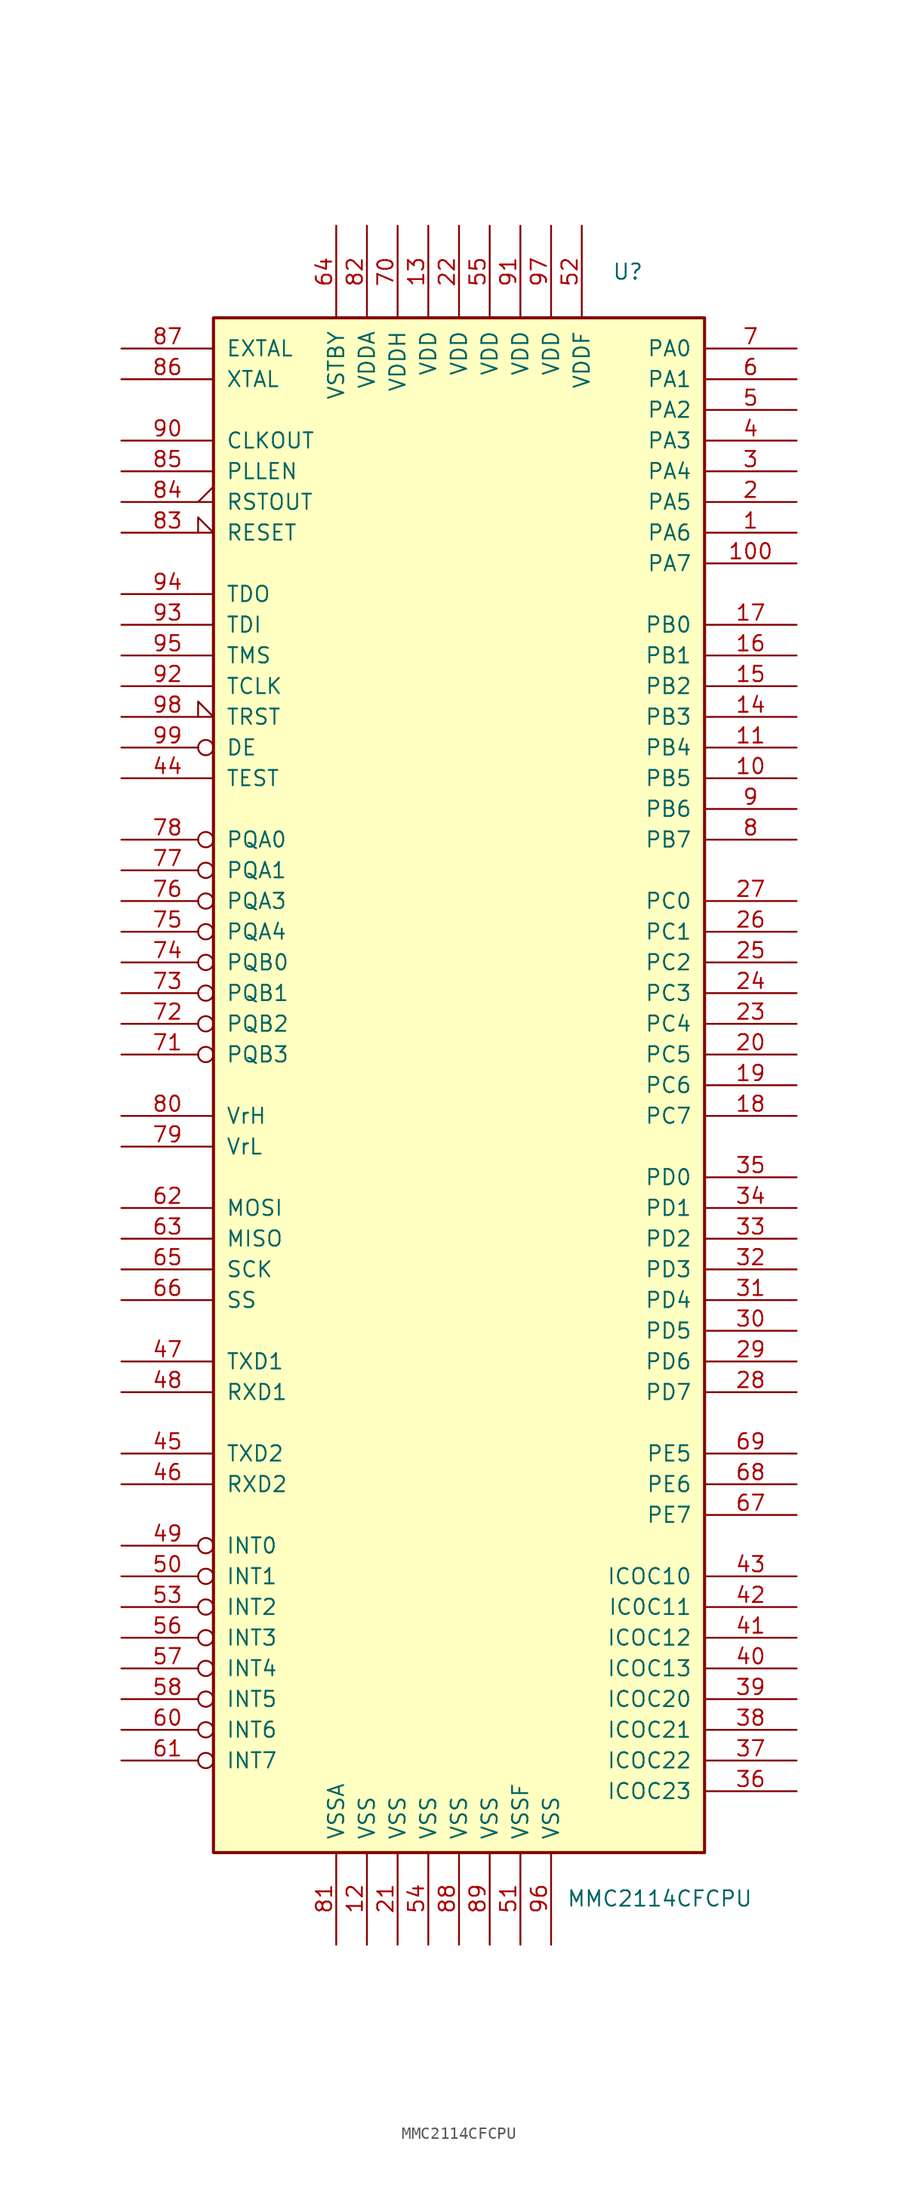
<source format=kicad_sym>
(kicad_symbol_lib
  (version 20241209)
  (generator "kicad_symbol_editor")
  (generator_version "9.0")
  (symbol "MMC2114CFCPU"
    (pin_names
      (offset 1.016))
    (property "Reference" "U"
      (at 13.97 67.31 0)
      (effects (font (size 1.27 1.27))))
    (property "Value" "MMC2114CFCPU"
      (at 8.89 -67.31 0)
      (effects (font (size 1.27 1.27)) (justify left)))
    (symbol "MMC2114CFCPU_0_1"
      (rectangle (start -20.32 63.5) (end 20.32 -63.5) (stroke (width 0.254) (type default)) (fill (type background))))
    (symbol "MMC2114CFCPU_1_1"
      (pin input line (at -27.94 60.96 0) (length 7.62) (name "EXTAL" (effects (font (size 1.27 1.27)))) (number "87" (effects (font (size 1.27 1.27)))))
      (pin output line (at -27.94 58.42 0) (length 7.62) (name "XTAL" (effects (font (size 1.27 1.27)))) (number "86" (effects (font (size 1.27 1.27)))))
      (pin output line (at -27.94 53.34 0) (length 7.62) (name "CLKOUT" (effects (font (size 1.27 1.27)))) (number "90" (effects (font (size 1.27 1.27)))))
      (pin input line (at -27.94 50.8 0) (length 7.62) (name "PLLEN" (effects (font (size 1.27 1.27)))) (number "85" (effects (font (size 1.27 1.27)))))
      (pin output output_low (at -27.94 48.26 0) (length 7.62) (name "RSTOUT" (effects (font (size 1.27 1.27)))) (number "84" (effects (font (size 1.27 1.27)))))
      (pin input input_low (at -27.94 45.72 0) (length 7.62) (name "RESET" (effects (font (size 1.27 1.27)))) (number "83" (effects (font (size 1.27 1.27)))))
      (pin output line (at -27.94 40.64 0) (length 7.62) (name "TDO" (effects (font (size 1.27 1.27)))) (number "94" (effects (font (size 1.27 1.27)))))
      (pin input line (at -27.94 38.1 0) (length 7.62) (name "TDI" (effects (font (size 1.27 1.27)))) (number "93" (effects (font (size 1.27 1.27)))))
      (pin input line (at -27.94 35.56 0) (length 7.62) (name "TMS" (effects (font (size 1.27 1.27)))) (number "95" (effects (font (size 1.27 1.27)))))
      (pin input line (at -27.94 33.02 0) (length 7.62) (name "TCLK" (effects (font (size 1.27 1.27)))) (number "92" (effects (font (size 1.27 1.27)))))
      (pin input input_low (at -27.94 30.48 0) (length 7.62) (name "TRST" (effects (font (size 1.27 1.27)))) (number "98" (effects (font (size 1.27 1.27)))))
      (pin output inverted (at -27.94 27.94 0) (length 7.62) (name "DE" (effects (font (size 1.27 1.27)))) (number "99" (effects (font (size 1.27 1.27)))))
      (pin bidirectional line (at -27.94 25.4 0) (length 7.62) (name "TEST" (effects (font (size 1.27 1.27)))) (number "44" (effects (font (size 1.27 1.27)))))
      (pin bidirectional inverted (at -27.94 20.32 0) (length 7.62) (name "PQA0" (effects (font (size 1.27 1.27)))) (number "78" (effects (font (size 1.27 1.27)))))
      (pin bidirectional inverted (at -27.94 17.78 0) (length 7.62) (name "PQA1" (effects (font (size 1.27 1.27)))) (number "77" (effects (font (size 1.27 1.27)))))
      (pin bidirectional inverted (at -27.94 15.24 0) (length 7.62) (name "PQA3" (effects (font (size 1.27 1.27)))) (number "76" (effects (font (size 1.27 1.27)))))
      (pin bidirectional inverted (at -27.94 12.7 0) (length 7.62) (name "PQA4" (effects (font (size 1.27 1.27)))) (number "75" (effects (font (size 1.27 1.27)))))
      (pin bidirectional inverted (at -27.94 10.16 0) (length 7.62) (name "PQB0" (effects (font (size 1.27 1.27)))) (number "74" (effects (font (size 1.27 1.27)))))
      (pin bidirectional inverted (at -27.94 7.62 0) (length 7.62) (name "PQB1" (effects (font (size 1.27 1.27)))) (number "73" (effects (font (size 1.27 1.27)))))
      (pin bidirectional inverted (at -27.94 5.08 0) (length 7.62) (name "PQB2" (effects (font (size 1.27 1.27)))) (number "72" (effects (font (size 1.27 1.27)))))
      (pin bidirectional inverted (at -27.94 2.54 0) (length 7.62) (name "PQB3" (effects (font (size 1.27 1.27)))) (number "71" (effects (font (size 1.27 1.27)))))
      (pin input line (at -27.94 -2.54 0) (length 7.62) (name "VrH" (effects (font (size 1.27 1.27)))) (number "80" (effects (font (size 1.27 1.27)))))
      (pin input line (at -27.94 -5.08 0) (length 7.62) (name "VrL" (effects (font (size 1.27 1.27)))) (number "79" (effects (font (size 1.27 1.27)))))
      (pin bidirectional line (at -27.94 -10.16 0) (length 7.62) (name "MOSI" (effects (font (size 1.27 1.27)))) (number "62" (effects (font (size 1.27 1.27)))))
      (pin bidirectional line (at -27.94 -12.7 0) (length 7.62) (name "MISO" (effects (font (size 1.27 1.27)))) (number "63" (effects (font (size 1.27 1.27)))))
      (pin bidirectional line (at -27.94 -15.24 0) (length 7.62) (name "SCK" (effects (font (size 1.27 1.27)))) (number "65" (effects (font (size 1.27 1.27)))))
      (pin bidirectional line (at -27.94 -17.78 0) (length 7.62) (name "SS" (effects (font (size 1.27 1.27)))) (number "66" (effects (font (size 1.27 1.27)))))
      (pin bidirectional line (at -27.94 -22.86 0) (length 7.62) (name "TXD1" (effects (font (size 1.27 1.27)))) (number "47" (effects (font (size 1.27 1.27)))))
      (pin bidirectional line (at -27.94 -25.4 0) (length 7.62) (name "RXD1" (effects (font (size 1.27 1.27)))) (number "48" (effects (font (size 1.27 1.27)))))
      (pin bidirectional line (at -27.94 -30.48 0) (length 7.62) (name "TXD2" (effects (font (size 1.27 1.27)))) (number "45" (effects (font (size 1.27 1.27)))))
      (pin bidirectional line (at -27.94 -33.02 0) (length 7.62) (name "RXD2" (effects (font (size 1.27 1.27)))) (number "46" (effects (font (size 1.27 1.27)))))
      (pin bidirectional inverted (at -27.94 -38.1 0) (length 7.62) (name "INT0" (effects (font (size 1.27 1.27)))) (number "49" (effects (font (size 1.27 1.27)))))
      (pin bidirectional inverted (at -27.94 -40.64 0) (length 7.62) (name "INT1" (effects (font (size 1.27 1.27)))) (number "50" (effects (font (size 1.27 1.27)))))
      (pin bidirectional inverted (at -27.94 -43.18 0) (length 7.62) (name "INT2" (effects (font (size 1.27 1.27)))) (number "53" (effects (font (size 1.27 1.27)))))
      (pin bidirectional inverted (at -27.94 -45.72 0) (length 7.62) (name "INT3" (effects (font (size 1.27 1.27)))) (number "56" (effects (font (size 1.27 1.27)))))
      (pin bidirectional inverted (at -27.94 -48.26 0) (length 7.62) (name "INT4" (effects (font (size 1.27 1.27)))) (number "57" (effects (font (size 1.27 1.27)))))
      (pin bidirectional inverted (at -27.94 -50.8 0) (length 7.62) (name "INT5" (effects (font (size 1.27 1.27)))) (number "58" (effects (font (size 1.27 1.27)))))
      (pin bidirectional inverted (at -27.94 -53.34 0) (length 7.62) (name "INT6" (effects (font (size 1.27 1.27)))) (number "60" (effects (font (size 1.27 1.27)))))
      (pin bidirectional inverted (at -27.94 -55.88 0) (length 7.62) (name "INT7" (effects (font (size 1.27 1.27)))) (number "61" (effects (font (size 1.27 1.27)))))
      (pin power_in line (at -10.16 71.12 270) (length 7.62) (name "VSTBY" (effects (font (size 1.27 1.27)))) (number "64" (effects (font (size 1.27 1.27)))))
      (pin power_in line (at -10.16 -71.12 90) (length 7.62) (name "VSSA" (effects (font (size 1.27 1.27)))) (number "81" (effects (font (size 1.27 1.27)))))
      (pin power_in line (at -7.62 71.12 270) (length 7.62) (name "VDDA" (effects (font (size 1.27 1.27)))) (number "82" (effects (font (size 1.27 1.27)))))
      (pin power_in line (at -7.62 -71.12 90) (length 7.62) (name "VSS" (effects (font (size 1.27 1.27)))) (number "12" (effects (font (size 1.27 1.27)))))
      (pin power_in line (at -5.08 71.12 270) (length 7.62) (name "VDDH" (effects (font (size 1.27 1.27)))) (number "70" (effects (font (size 1.27 1.27)))))
      (pin power_in line (at -5.08 -71.12 90) (length 7.62) (name "VSS" (effects (font (size 1.27 1.27)))) (number "21" (effects (font (size 1.27 1.27)))))
      (pin power_in line (at -2.54 71.12 270) (length 7.62) (name "VDD" (effects (font (size 1.27 1.27)))) (number "13" (effects (font (size 1.27 1.27)))))
      (pin power_in line (at -2.54 -71.12 90) (length 7.62) (name "VSS" (effects (font (size 1.27 1.27)))) (number "54" (effects (font (size 1.27 1.27)))))
      (pin power_in line (at 0 71.12 270) (length 7.62) (name "VDD" (effects (font (size 1.27 1.27)))) (number "22" (effects (font (size 1.27 1.27)))))
      (pin power_in line (at 0 -71.12 90) (length 7.62) (name "VSS" (effects (font (size 1.27 1.27)))) (number "88" (effects (font (size 1.27 1.27)))))
      (pin power_in line (at 2.54 71.12 270) (length 7.62) (name "VDD" (effects (font (size 1.27 1.27)))) (number "55" (effects (font (size 1.27 1.27)))))
      (pin power_in line (at 2.54 -71.12 90) (length 7.62) (name "VSS" (effects (font (size 1.27 1.27)))) (number "89" (effects (font (size 1.27 1.27)))))
      (pin power_in line (at 5.08 71.12 270) (length 7.62) (name "VDD" (effects (font (size 1.27 1.27)))) (number "91" (effects (font (size 1.27 1.27)))))
      (pin power_in line (at 5.08 -71.12 90) (length 7.62) (name "VSSF" (effects (font (size 1.27 1.27)))) (number "51" (effects (font (size 1.27 1.27)))))
      (pin power_in line (at 7.62 71.12 270) (length 7.62) (name "VDD" (effects (font (size 1.27 1.27)))) (number "97" (effects (font (size 1.27 1.27)))))
      (pin power_in line (at 7.62 -71.12 90) (length 7.62) (name "VSS" (effects (font (size 1.27 1.27)))) (number "96" (effects (font (size 1.27 1.27)))))
      (pin power_in line (at 10.16 71.12 270) (length 7.62) (name "VDDF" (effects (font (size 1.27 1.27)))) (number "52" (effects (font (size 1.27 1.27)))))
      (pin bidirectional line (at 27.94 60.96 180) (length 7.62) (name "PA0" (effects (font (size 1.27 1.27)))) (number "7" (effects (font (size 1.27 1.27)))))
      (pin bidirectional line (at 27.94 58.42 180) (length 7.62) (name "PA1" (effects (font (size 1.27 1.27)))) (number "6" (effects (font (size 1.27 1.27)))))
      (pin bidirectional line (at 27.94 55.88 180) (length 7.62) (name "PA2" (effects (font (size 1.27 1.27)))) (number "5" (effects (font (size 1.27 1.27)))))
      (pin bidirectional line (at 27.94 53.34 180) (length 7.62) (name "PA3" (effects (font (size 1.27 1.27)))) (number "4" (effects (font (size 1.27 1.27)))))
      (pin bidirectional line (at 27.94 50.8 180) (length 7.62) (name "PA4" (effects (font (size 1.27 1.27)))) (number "3" (effects (font (size 1.27 1.27)))))
      (pin bidirectional line (at 27.94 48.26 180) (length 7.62) (name "PA5" (effects (font (size 1.27 1.27)))) (number "2" (effects (font (size 1.27 1.27)))))
      (pin bidirectional line (at 27.94 45.72 180) (length 7.62) (name "PA6" (effects (font (size 1.27 1.27)))) (number "1" (effects (font (size 1.27 1.27)))))
      (pin bidirectional line (at 27.94 43.18 180) (length 7.62) (name "PA7" (effects (font (size 1.27 1.27)))) (number "100" (effects (font (size 1.27 1.27)))))
      (pin bidirectional line (at 27.94 38.1 180) (length 7.62) (name "PB0" (effects (font (size 1.27 1.27)))) (number "17" (effects (font (size 1.27 1.27)))))
      (pin bidirectional line (at 27.94 35.56 180) (length 7.62) (name "PB1" (effects (font (size 1.27 1.27)))) (number "16" (effects (font (size 1.27 1.27)))))
      (pin bidirectional line (at 27.94 33.02 180) (length 7.62) (name "PB2" (effects (font (size 1.27 1.27)))) (number "15" (effects (font (size 1.27 1.27)))))
      (pin bidirectional line (at 27.94 30.48 180) (length 7.62) (name "PB3" (effects (font (size 1.27 1.27)))) (number "14" (effects (font (size 1.27 1.27)))))
      (pin bidirectional line (at 27.94 27.94 180) (length 7.62) (name "PB4" (effects (font (size 1.27 1.27)))) (number "11" (effects (font (size 1.27 1.27)))))
      (pin bidirectional line (at 27.94 25.4 180) (length 7.62) (name "PB5" (effects (font (size 1.27 1.27)))) (number "10" (effects (font (size 1.27 1.27)))))
      (pin bidirectional line (at 27.94 22.86 180) (length 7.62) (name "PB6" (effects (font (size 1.27 1.27)))) (number "9" (effects (font (size 1.27 1.27)))))
      (pin bidirectional line (at 27.94 20.32 180) (length 7.62) (name "PB7" (effects (font (size 1.27 1.27)))) (number "8" (effects (font (size 1.27 1.27)))))
      (pin bidirectional line (at 27.94 15.24 180) (length 7.62) (name "PC0" (effects (font (size 1.27 1.27)))) (number "27" (effects (font (size 1.27 1.27)))))
      (pin bidirectional line (at 27.94 12.7 180) (length 7.62) (name "PC1" (effects (font (size 1.27 1.27)))) (number "26" (effects (font (size 1.27 1.27)))))
      (pin bidirectional line (at 27.94 10.16 180) (length 7.62) (name "PC2" (effects (font (size 1.27 1.27)))) (number "25" (effects (font (size 1.27 1.27)))))
      (pin bidirectional line (at 27.94 7.62 180) (length 7.62) (name "PC3" (effects (font (size 1.27 1.27)))) (number "24" (effects (font (size 1.27 1.27)))))
      (pin bidirectional line (at 27.94 5.08 180) (length 7.62) (name "PC4" (effects (font (size 1.27 1.27)))) (number "23" (effects (font (size 1.27 1.27)))))
      (pin bidirectional line (at 27.94 2.54 180) (length 7.62) (name "PC5" (effects (font (size 1.27 1.27)))) (number "20" (effects (font (size 1.27 1.27)))))
      (pin bidirectional line (at 27.94 0 180) (length 7.62) (name "PC6" (effects (font (size 1.27 1.27)))) (number "19" (effects (font (size 1.27 1.27)))))
      (pin bidirectional line (at 27.94 -2.54 180) (length 7.62) (name "PC7" (effects (font (size 1.27 1.27)))) (number "18" (effects (font (size 1.27 1.27)))))
      (pin bidirectional line (at 27.94 -7.62 180) (length 7.62) (name "PD0" (effects (font (size 1.27 1.27)))) (number "35" (effects (font (size 1.27 1.27)))))
      (pin bidirectional line (at 27.94 -10.16 180) (length 7.62) (name "PD1" (effects (font (size 1.27 1.27)))) (number "34" (effects (font (size 1.27 1.27)))))
      (pin bidirectional line (at 27.94 -12.7 180) (length 7.62) (name "PD2" (effects (font (size 1.27 1.27)))) (number "33" (effects (font (size 1.27 1.27)))))
      (pin bidirectional line (at 27.94 -15.24 180) (length 7.62) (name "PD3" (effects (font (size 1.27 1.27)))) (number "32" (effects (font (size 1.27 1.27)))))
      (pin bidirectional line (at 27.94 -17.78 180) (length 7.62) (name "PD4" (effects (font (size 1.27 1.27)))) (number "31" (effects (font (size 1.27 1.27)))))
      (pin bidirectional line (at 27.94 -20.32 180) (length 7.62) (name "PD5" (effects (font (size 1.27 1.27)))) (number "30" (effects (font (size 1.27 1.27)))))
      (pin bidirectional line (at 27.94 -22.86 180) (length 7.62) (name "PD6" (effects (font (size 1.27 1.27)))) (number "29" (effects (font (size 1.27 1.27)))))
      (pin bidirectional line (at 27.94 -25.4 180) (length 7.62) (name "PD7" (effects (font (size 1.27 1.27)))) (number "28" (effects (font (size 1.27 1.27)))))
      (pin bidirectional line (at 27.94 -30.48 180) (length 7.62) (name "PE5" (effects (font (size 1.27 1.27)))) (number "69" (effects (font (size 1.27 1.27)))))
      (pin bidirectional line (at 27.94 -33.02 180) (length 7.62) (name "PE6" (effects (font (size 1.27 1.27)))) (number "68" (effects (font (size 1.27 1.27)))))
      (pin bidirectional line (at 27.94 -35.56 180) (length 7.62) (name "PE7" (effects (font (size 1.27 1.27)))) (number "67" (effects (font (size 1.27 1.27)))))
      (pin bidirectional line (at 27.94 -40.64 180) (length 7.62) (name "ICOC10" (effects (font (size 1.27 1.27)))) (number "43" (effects (font (size 1.27 1.27)))))
      (pin bidirectional line (at 27.94 -43.18 180) (length 7.62) (name "IC0C11" (effects (font (size 1.27 1.27)))) (number "42" (effects (font (size 1.27 1.27)))))
      (pin bidirectional line (at 27.94 -45.72 180) (length 7.62) (name "ICOC12" (effects (font (size 1.27 1.27)))) (number "41" (effects (font (size 1.27 1.27)))))
      (pin bidirectional line (at 27.94 -48.26 180) (length 7.62) (name "ICOC13" (effects (font (size 1.27 1.27)))) (number "40" (effects (font (size 1.27 1.27)))))
      (pin bidirectional line (at 27.94 -50.8 180) (length 7.62) (name "ICOC20" (effects (font (size 1.27 1.27)))) (number "39" (effects (font (size 1.27 1.27)))))
      (pin bidirectional line (at 27.94 -53.34 180) (length 7.62) (name "ICOC21" (effects (font (size 1.27 1.27)))) (number "38" (effects (font (size 1.27 1.27)))))
      (pin bidirectional line (at 27.94 -55.88 180) (length 7.62) (name "ICOC22" (effects (font (size 1.27 1.27)))) (number "37" (effects (font (size 1.27 1.27)))))
      (pin bidirectional line (at 27.94 -58.42 180) (length 7.62) (name "ICOC23" (effects (font (size 1.27 1.27)))) (number "36" (effects (font (size 1.27 1.27))))))))
</source>
